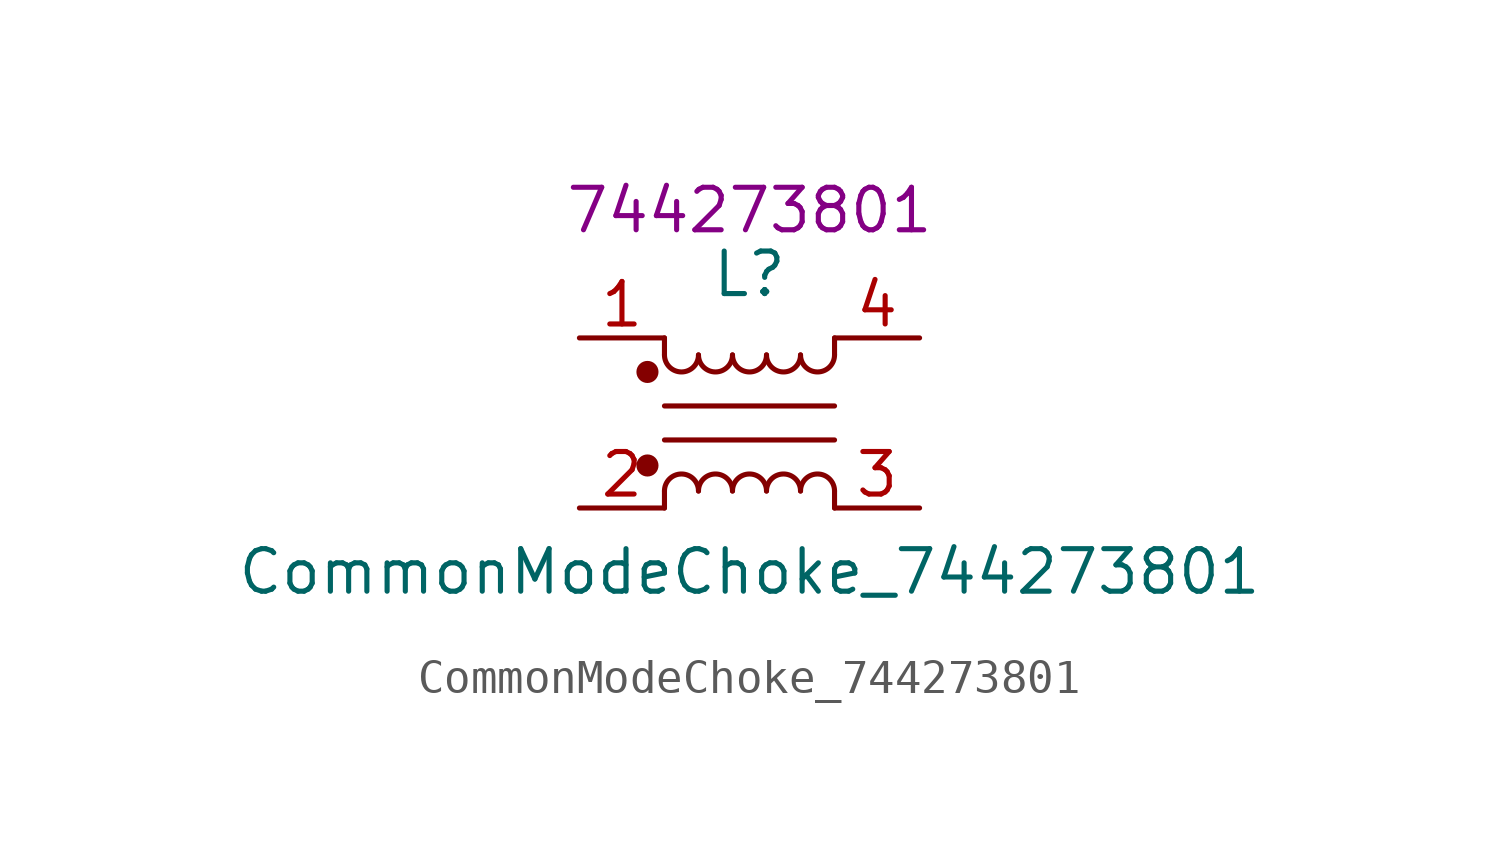
<source format=kicad_sym>
(kicad_symbol_lib
  (version 20220914)
  (generator kicad_symbol_editor)
  (symbol "CommonModeChoke_744273801"
    (pin_names
      (offset 0.254) hide)
    (property "Reference" "L"
      (at 0 4.445 0)
      (effects (font (size 1.27 1.27))))
    (property "Value" "CommonModeChoke_744273801"
      (at 0 -4.445 0)
      (effects (font (size 1.27 1.27))))
    (property "MPN" "744273801"
      (at 0 6.35 0)
      (effects (font (size 1.27 1.27))))
    (symbol "CommonModeChoke_744273801_0_1"
      (circle (center -3.048 -1.27) (radius 0.254) (stroke (width 0) (type default)) (fill (type outline)))
      (circle (center -3.048 1.524) (radius 0.254) (stroke (width 0) (type default)) (fill (type outline)))
      (arc (start -2.54 2.032) (mid -2.032 1.5262) (end -1.524 2.032) (stroke (width 0) (type default)) (fill (type none)))
      (arc (start -1.524 -2.032) (mid -2.032 -1.5262) (end -2.54 -2.032) (stroke (width 0) (type default)) (fill (type none)))
      (arc (start -1.524 2.032) (mid -1.016 1.5262) (end -0.508 2.032) (stroke (width 0) (type default)) (fill (type none)))
      (arc (start -0.508 -2.032) (mid -1.016 -1.5262) (end -1.524 -2.032) (stroke (width 0) (type default)) (fill (type none)))
      (arc (start -0.508 2.032) (mid 0 1.5262) (end 0.508 2.032) (stroke (width 0) (type default)) (fill (type none)))
      (polyline (pts (xy -2.54 -2.032) (xy -2.54 -2.54)) (stroke (width 0) (type default)) (fill (type none)))
      (polyline (pts (xy -2.54 0.508) (xy 2.54 0.508)) (stroke (width 0) (type default)) (fill (type none)))
      (polyline (pts (xy -2.54 2.032) (xy -2.54 2.54)) (stroke (width 0) (type default)) (fill (type none)))
      (polyline (pts (xy 2.54 -2.032) (xy 2.54 -2.54)) (stroke (width 0) (type default)) (fill (type none)))
      (polyline (pts (xy 2.54 -0.508) (xy -2.54 -0.508)) (stroke (width 0) (type default)) (fill (type none)))
      (polyline (pts (xy 2.54 2.54) (xy 2.54 2.032)) (stroke (width 0) (type default)) (fill (type none)))
      (arc (start 0.508 -2.032) (mid 0 -1.5262) (end -0.508 -2.032) (stroke (width 0) (type default)) (fill (type none)))
      (arc (start 0.508 2.032) (mid 1.016 1.5262) (end 1.524 2.032) (stroke (width 0) (type default)) (fill (type none)))
      (arc (start 1.524 -2.032) (mid 1.016 -1.5262) (end 0.508 -2.032) (stroke (width 0) (type default)) (fill (type none)))
      (arc (start 1.524 2.032) (mid 2.032 1.5262) (end 2.54 2.032) (stroke (width 0) (type default)) (fill (type none)))
      (arc (start 2.54 -2.032) (mid 2.032 -1.5262) (end 1.524 -2.032) (stroke (width 0) (type default)) (fill (type none))))
    (symbol "CommonModeChoke_744273801_1_1"
      (pin passive line (at -5.08 2.54 0) (length 2.54) (name "1" (effects (font (size 1.27 1.27)))) (number "1" (effects (font (size 1.27 1.27)))))
      (pin passive line (at -5.08 -2.54 0) (length 2.54) (name "2" (effects (font (size 1.27 1.27)))) (number "2" (effects (font (size 1.27 1.27)))))
      (pin passive line (at 5.08 -2.54 180) (length 2.54) (name "3" (effects (font (size 1.27 1.27)))) (number "3" (effects (font (size 1.27 1.27)))))
      (pin passive line (at 5.08 2.54 180) (length 2.54) (name "4" (effects (font (size 1.27 1.27)))) (number "4" (effects (font (size 1.27 1.27))))))))
</source>
